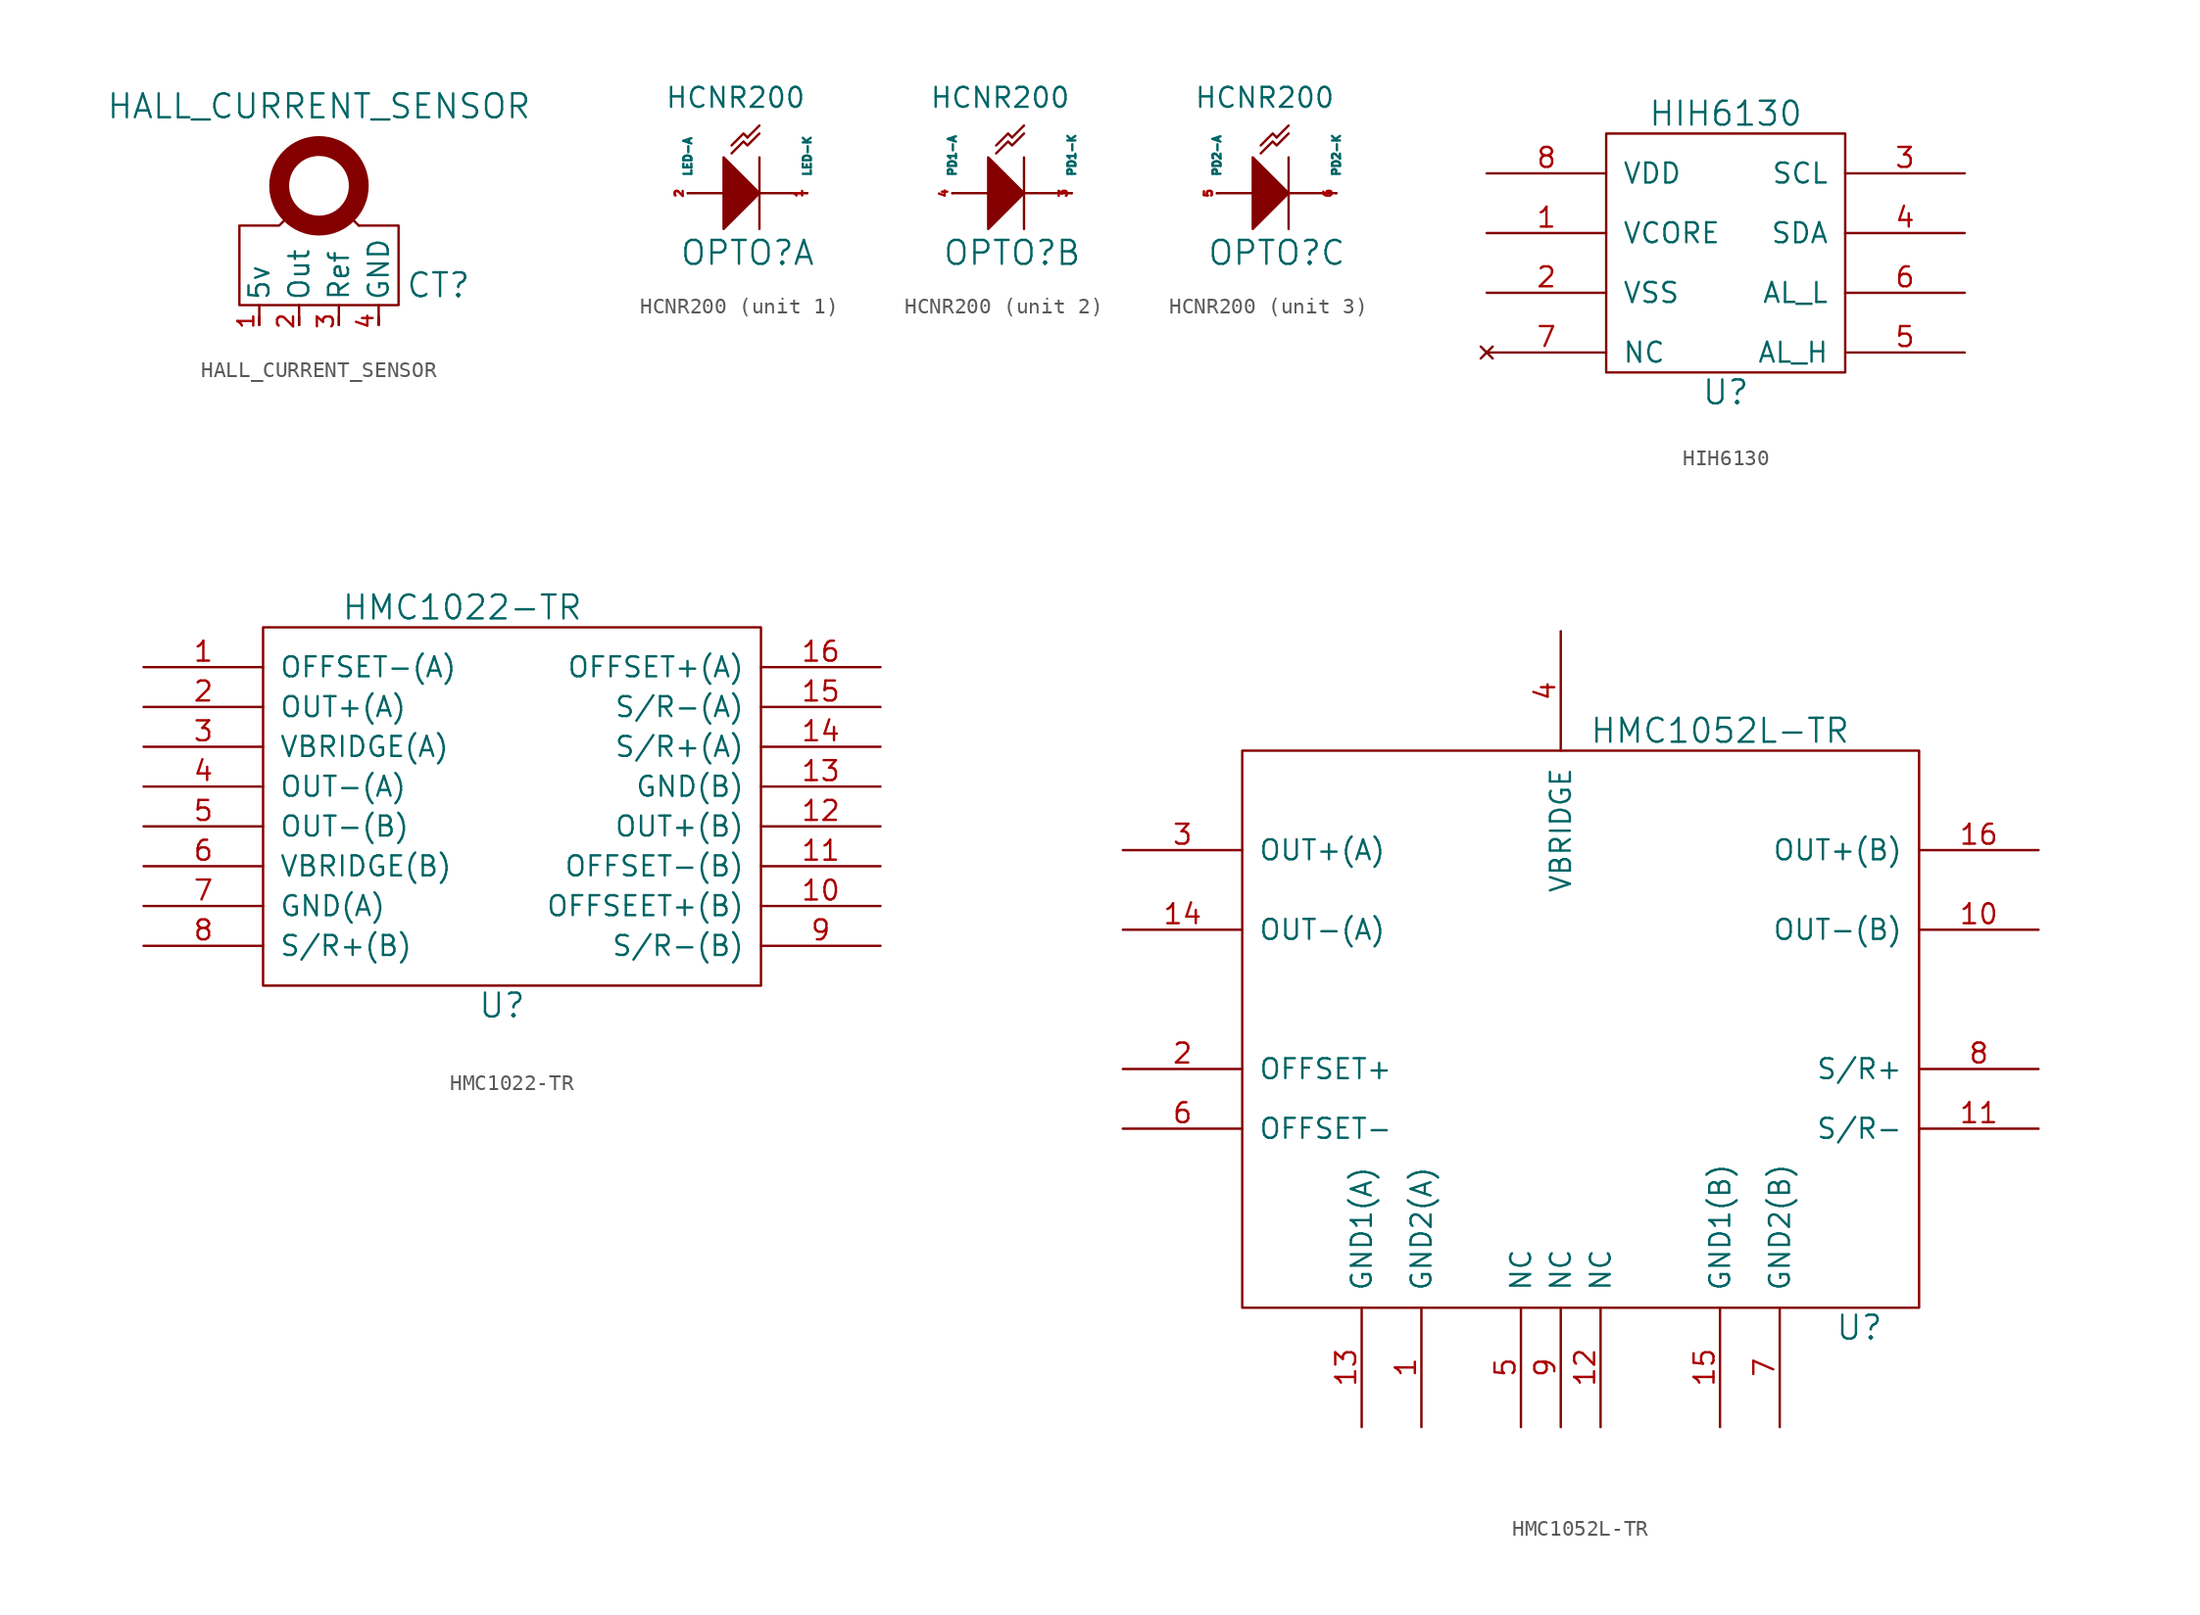
<source format=kicad_sym>
(kicad_symbol_lib
  (version 20211014)
  (generator kicad_symbol_editor)
  (symbol "HALL_CURRENT_SENSOR"
    (pin_names
      (offset 1.016))
    (property "Reference" "CT"
      (at 7.62 -6.35 0)
      (effects (font (size 1.524 1.524))))
    (property "Value" "HALL_CURRENT_SENSOR"
      (at 0 5.08 0)
      (effects (font (size 1.524 1.524))))
    (symbol "HALL_CURRENT_SENSOR_0_1"
      (polyline (pts (xy -3.81 -7.62) (xy -3.81 -8.89)) (stroke (width 0) (type default) (color 0 0 0 0)) (fill (type none)))
      (polyline (pts (xy -1.27 -7.62) (xy -1.27 -8.89)) (stroke (width 0) (type default) (color 0 0 0 0)) (fill (type none)))
      (polyline (pts (xy 1.27 -7.62) (xy 1.27 -8.89)) (stroke (width 0) (type default) (color 0 0 0 0)) (fill (type none)))
      (polyline (pts (xy 2.54 -2.54) (xy 1.524 -1.524)) (stroke (width 0) (type default) (color 0 0 0 0)) (fill (type none)))
      (polyline (pts (xy 3.81 -7.62) (xy 3.81 -8.89)) (stroke (width 0) (type default) (color 0 0 0 0)) (fill (type none)))
      (polyline (pts (xy 2.54 -2.54) (xy 5.08 -2.54) (xy 5.08 -7.62) (xy -5.08 -7.62) (xy -5.08 -2.54) (xy -2.54 -2.54) (xy -1.524 -1.524)) (stroke (width 0) (type default) (color 0 0 0 0)) (fill (type none)))
      (circle (center 0 0) (radius 2.54) (stroke (width 1.27) (type default) (color 0 0 0 0)) (fill (type none))))
    (symbol "HALL_CURRENT_SENSOR_1_1"
      (pin passive line (at -3.81 -8.89 90) (length 0.508) (name "5v" (effects (font (size 1.27 1.27)))) (number "1" (effects (font (size 1.016 1.016)))))
      (pin passive line (at -1.27 -8.89 90) (length 0.508) (name "Out" (effects (font (size 1.27 1.27)))) (number "2" (effects (font (size 1.016 1.016)))))
      (pin passive line (at 1.27 -8.89 90) (length 0.508) (name "Ref" (effects (font (size 1.27 1.27)))) (number "3" (effects (font (size 1.016 1.016)))))
      (pin passive line (at 3.81 -8.89 90) (length 0.508) (name "GND" (effects (font (size 1.27 1.27)))) (number "4" (effects (font (size 1.016 1.016)))))))
  (symbol "HCNR200"
    (pin_names
      (offset 1.016))
    (property "Reference" "OPTO"
      (at 0 -3.81 0)
      (effects (font (size 1.524 1.524))))
    (property "Value" "HCNR200"
      (at -0.762 6.096 0)
      (effects (font (size 1.27 1.27))))
    (property "Footprint" ""
      (at 0 0 0)
      (effects (font (size 1.524 1.524))))
    (property "Datasheet" ""
      (at 0 0 0)
      (effects (font (size 1.524 1.524))))
    (symbol "HCNR200_0_1"
      (polyline (pts (xy 0 3.556) (xy 0.762 4.318)) (stroke (width 0) (type default) (color 0 0 0 0)) (fill (type none)))
      (polyline (pts (xy 0.762 2.286) (xy 0.762 -2.286)) (stroke (width 0) (type default) (color 0 0 0 0)) (fill (type none)))
      (polyline (pts (xy 3.81 0) (xy -3.81 0)) (stroke (width 0) (type default) (color 0 0 0 0)) (fill (type none)))
      (polyline (pts (xy -1.016 3.048) (xy -0.254 3.81) (xy 0 3.556)) (stroke (width 0) (type default) (color 0 0 0 0)) (fill (type none)))
      (polyline (pts (xy -1.016 2.54) (xy -0.254 3.302) (xy 0 3.048) (xy 0.762 3.81)) (stroke (width 0) (type default) (color 0 0 0 0)) (fill (type none)))
      (polyline (pts (xy -1.524 0.508) (xy -1.524 -2.286) (xy 0.762 0) (xy -1.524 2.286) (xy -1.524 0.508)) (stroke (width 0) (type default) (color 0 0 0 0)) (fill (type outline))))
    (symbol "HCNR200_1_1"
      (pin input line (at 3.81 0 90) (length 0) (name "LED-K" (effects (font (size 0.508 0.508)))) (number "1" (effects (font (size 0.508 0.508)))))
      (pin input line (at -3.81 0 90) (length 0) (name "LED-A" (effects (font (size 0.508 0.508)))) (number "2" (effects (font (size 0.508 0.508))))))
    (symbol "HCNR200_2_1"
      (pin input line (at 3.81 0 90) (length 0) (name "PD1-K" (effects (font (size 0.508 0.508)))) (number "3" (effects (font (size 0.508 0.508)))))
      (pin input line (at -3.81 0 90) (length 0) (name "PD1-A" (effects (font (size 0.508 0.508)))) (number "4" (effects (font (size 0.508 0.508))))))
    (symbol "HCNR200_3_1"
      (pin input line (at -3.81 0 90) (length 0) (name "PD2-A" (effects (font (size 0.508 0.508)))) (number "5" (effects (font (size 0.508 0.508)))))
      (pin input line (at 3.81 0 90) (length 0) (name "PD2-K" (effects (font (size 0.508 0.508)))) (number "6" (effects (font (size 0.508 0.508)))))))
  (symbol "HIH6130"
    (pin_names
      (offset 1.016))
    (property "Reference" "U"
      (at 0 -8.89 0)
      (effects (font (size 1.524 1.524))))
    (property "Value" "HIH6130"
      (at 0 8.89 0)
      (effects (font (size 1.524 1.524))))
    (property "Footprint" ""
      (at 0 0 0)
      (effects (font (size 1.524 1.524))))
    (property "Datasheet" ""
      (at 0 0 0)
      (effects (font (size 1.524 1.524))))
    (symbol "HIH6130_0_1"
      (rectangle (start -7.62 7.62) (end 7.62 -7.62) (stroke (width 0) (type default) (color 0 0 0 0)) (fill (type none))))
    (symbol "HIH6130_1_1"
      (pin input line (at -15.24 1.27 0) (length 7.62) (name "VCORE" (effects (font (size 1.27 1.27)))) (number "1" (effects (font (size 1.27 1.27)))))
      (pin input line (at -15.24 -2.54 0) (length 7.62) (name "VSS" (effects (font (size 1.27 1.27)))) (number "2" (effects (font (size 1.27 1.27)))))
      (pin input line (at 15.24 5.08 180) (length 7.62) (name "SCL" (effects (font (size 1.27 1.27)))) (number "3" (effects (font (size 1.27 1.27)))))
      (pin input line (at 15.24 1.27 180) (length 7.62) (name "SDA" (effects (font (size 1.27 1.27)))) (number "4" (effects (font (size 1.27 1.27)))))
      (pin input line (at 15.24 -6.35 180) (length 7.62) (name "AL_H" (effects (font (size 1.27 1.27)))) (number "5" (effects (font (size 1.27 1.27)))))
      (pin input line (at 15.24 -2.54 180) (length 7.62) (name "AL_L" (effects (font (size 1.27 1.27)))) (number "6" (effects (font (size 1.27 1.27)))))
      (pin no_connect line (at -15.24 -6.35 0) (length 7.62) (name "NC" (effects (font (size 1.27 1.27)))) (number "7" (effects (font (size 1.27 1.27)))))
      (pin input line (at -15.24 5.08 0) (length 7.62) (name "VDD" (effects (font (size 1.27 1.27)))) (number "8" (effects (font (size 1.27 1.27)))))))
  (symbol "HMC1022-TR"
    (pin_names
      (offset 1.016))
    (property "Reference" "U"
      (at 0 -12.7 0)
      (effects (font (size 1.524 1.524))))
    (property "Value" "HMC1022-TR"
      (at -2.54 12.7 0)
      (effects (font (size 1.524 1.524))))
    (property "Footprint" ""
      (at 0 0 0)
      (effects (font (size 1.524 1.524))))
    (property "Datasheet" ""
      (at 0 0 0)
      (effects (font (size 1.524 1.524))))
    (symbol "HMC1022-TR_0_1"
      (rectangle (start -15.24 11.43) (end 16.51 -11.43) (stroke (width 0) (type default) (color 0 0 0 0)) (fill (type none))))
    (symbol "HMC1022-TR_1_1"
      (pin input line (at -22.86 8.89 0) (length 7.62) (name "OFFSET-(A)" (effects (font (size 1.27 1.27)))) (number "1" (effects (font (size 1.27 1.27)))))
      (pin input line (at 24.13 -6.35 180) (length 7.62) (name "OFFSEET+(B)" (effects (font (size 1.27 1.27)))) (number "10" (effects (font (size 1.27 1.27)))))
      (pin input line (at 24.13 -3.81 180) (length 7.62) (name "OFFSET-(B)" (effects (font (size 1.27 1.27)))) (number "11" (effects (font (size 1.27 1.27)))))
      (pin input line (at 24.13 -1.27 180) (length 7.62) (name "OUT+(B)" (effects (font (size 1.27 1.27)))) (number "12" (effects (font (size 1.27 1.27)))))
      (pin input line (at 24.13 1.27 180) (length 7.62) (name "GND(B)" (effects (font (size 1.27 1.27)))) (number "13" (effects (font (size 1.27 1.27)))))
      (pin input line (at 24.13 3.81 180) (length 7.62) (name "S/R+(A)" (effects (font (size 1.27 1.27)))) (number "14" (effects (font (size 1.27 1.27)))))
      (pin input line (at 24.13 6.35 180) (length 7.62) (name "S/R-(A)" (effects (font (size 1.27 1.27)))) (number "15" (effects (font (size 1.27 1.27)))))
      (pin input line (at 24.13 8.89 180) (length 7.62) (name "OFFSET+(A)" (effects (font (size 1.27 1.27)))) (number "16" (effects (font (size 1.27 1.27)))))
      (pin input line (at -22.86 6.35 0) (length 7.62) (name "OUT+(A)" (effects (font (size 1.27 1.27)))) (number "2" (effects (font (size 1.27 1.27)))))
      (pin input line (at -22.86 3.81 0) (length 7.62) (name "VBRIDGE(A)" (effects (font (size 1.27 1.27)))) (number "3" (effects (font (size 1.27 1.27)))))
      (pin input line (at -22.86 1.27 0) (length 7.62) (name "OUT-(A)" (effects (font (size 1.27 1.27)))) (number "4" (effects (font (size 1.27 1.27)))))
      (pin input line (at -22.86 -1.27 0) (length 7.62) (name "OUT-(B)" (effects (font (size 1.27 1.27)))) (number "5" (effects (font (size 1.27 1.27)))))
      (pin input line (at -22.86 -3.81 0) (length 7.62) (name "VBRIDGE(B)" (effects (font (size 1.27 1.27)))) (number "6" (effects (font (size 1.27 1.27)))))
      (pin input line (at -22.86 -6.35 0) (length 7.62) (name "GND(A)" (effects (font (size 1.27 1.27)))) (number "7" (effects (font (size 1.27 1.27)))))
      (pin input line (at -22.86 -8.89 0) (length 7.62) (name "S/R+(B)" (effects (font (size 1.27 1.27)))) (number "8" (effects (font (size 1.27 1.27)))))
      (pin input line (at 24.13 -8.89 180) (length 7.62) (name "S/R-(B)" (effects (font (size 1.27 1.27)))) (number "9" (effects (font (size 1.27 1.27)))))))
  (symbol "HMC1052L-TR"
    (pin_names
      (offset 1.016))
    (property "Reference" "U"
      (at 19.05 -19.05 0)
      (effects (font (size 1.524 1.524))))
    (property "Value" "HMC1052L-TR"
      (at 10.16 19.05 0)
      (effects (font (size 1.524 1.524))))
    (property "Footprint" ""
      (at 0 0 0)
      (effects (font (size 1.524 1.524))))
    (property "Datasheet" ""
      (at 0 0 0)
      (effects (font (size 1.524 1.524))))
    (symbol "HMC1052L-TR_0_1"
      (rectangle (start -20.32 17.78) (end 22.86 -17.78) (stroke (width 0) (type default) (color 0 0 0 0)) (fill (type none))))
    (symbol "HMC1052L-TR_1_1"
      (pin input line (at -8.89 -25.4 90) (length 7.62) (name "GND2(A)" (effects (font (size 1.27 1.27)))) (number "1" (effects (font (size 1.27 1.27)))))
      (pin input line (at 30.48 6.35 180) (length 7.62) (name "OUT-(B)" (effects (font (size 1.27 1.27)))) (number "10" (effects (font (size 1.27 1.27)))))
      (pin input line (at 30.48 -6.35 180) (length 7.62) (name "S/R-" (effects (font (size 1.27 1.27)))) (number "11" (effects (font (size 1.27 1.27)))))
      (pin input line (at 2.54 -25.4 90) (length 7.62) (name "NC" (effects (font (size 1.27 1.27)))) (number "12" (effects (font (size 1.27 1.27)))))
      (pin input line (at -12.7 -25.4 90) (length 7.62) (name "GND1(A)" (effects (font (size 1.27 1.27)))) (number "13" (effects (font (size 1.27 1.27)))))
      (pin input line (at -27.94 6.35 0) (length 7.62) (name "OUT-(A)" (effects (font (size 1.27 1.27)))) (number "14" (effects (font (size 1.27 1.27)))))
      (pin input line (at 10.16 -25.4 90) (length 7.62) (name "GND1(B)" (effects (font (size 1.27 1.27)))) (number "15" (effects (font (size 1.27 1.27)))))
      (pin input line (at 30.48 11.43 180) (length 7.62) (name "OUT+(B)" (effects (font (size 1.27 1.27)))) (number "16" (effects (font (size 1.27 1.27)))))
      (pin input line (at -27.94 -2.54 0) (length 7.62) (name "OFFSET+" (effects (font (size 1.27 1.27)))) (number "2" (effects (font (size 1.27 1.27)))))
      (pin input line (at -27.94 11.43 0) (length 7.62) (name "OUT+(A)" (effects (font (size 1.27 1.27)))) (number "3" (effects (font (size 1.27 1.27)))))
      (pin input line (at 0 25.4 270) (length 7.62) (name "VBRIDGE" (effects (font (size 1.27 1.27)))) (number "4" (effects (font (size 1.27 1.27)))))
      (pin input line (at -2.54 -25.4 90) (length 7.62) (name "NC" (effects (font (size 1.27 1.27)))) (number "5" (effects (font (size 1.27 1.27)))))
      (pin input line (at -27.94 -6.35 0) (length 7.62) (name "OFFSET-" (effects (font (size 1.27 1.27)))) (number "6" (effects (font (size 1.27 1.27)))))
      (pin input line (at 13.97 -25.4 90) (length 7.62) (name "GND2(B)" (effects (font (size 1.27 1.27)))) (number "7" (effects (font (size 1.27 1.27)))))
      (pin input line (at 30.48 -2.54 180) (length 7.62) (name "S/R+" (effects (font (size 1.27 1.27)))) (number "8" (effects (font (size 1.27 1.27)))))
      (pin input line (at 0 -25.4 90) (length 7.62) (name "NC" (effects (font (size 1.27 1.27)))) (number "9" (effects (font (size 1.27 1.27))))))))
</source>
